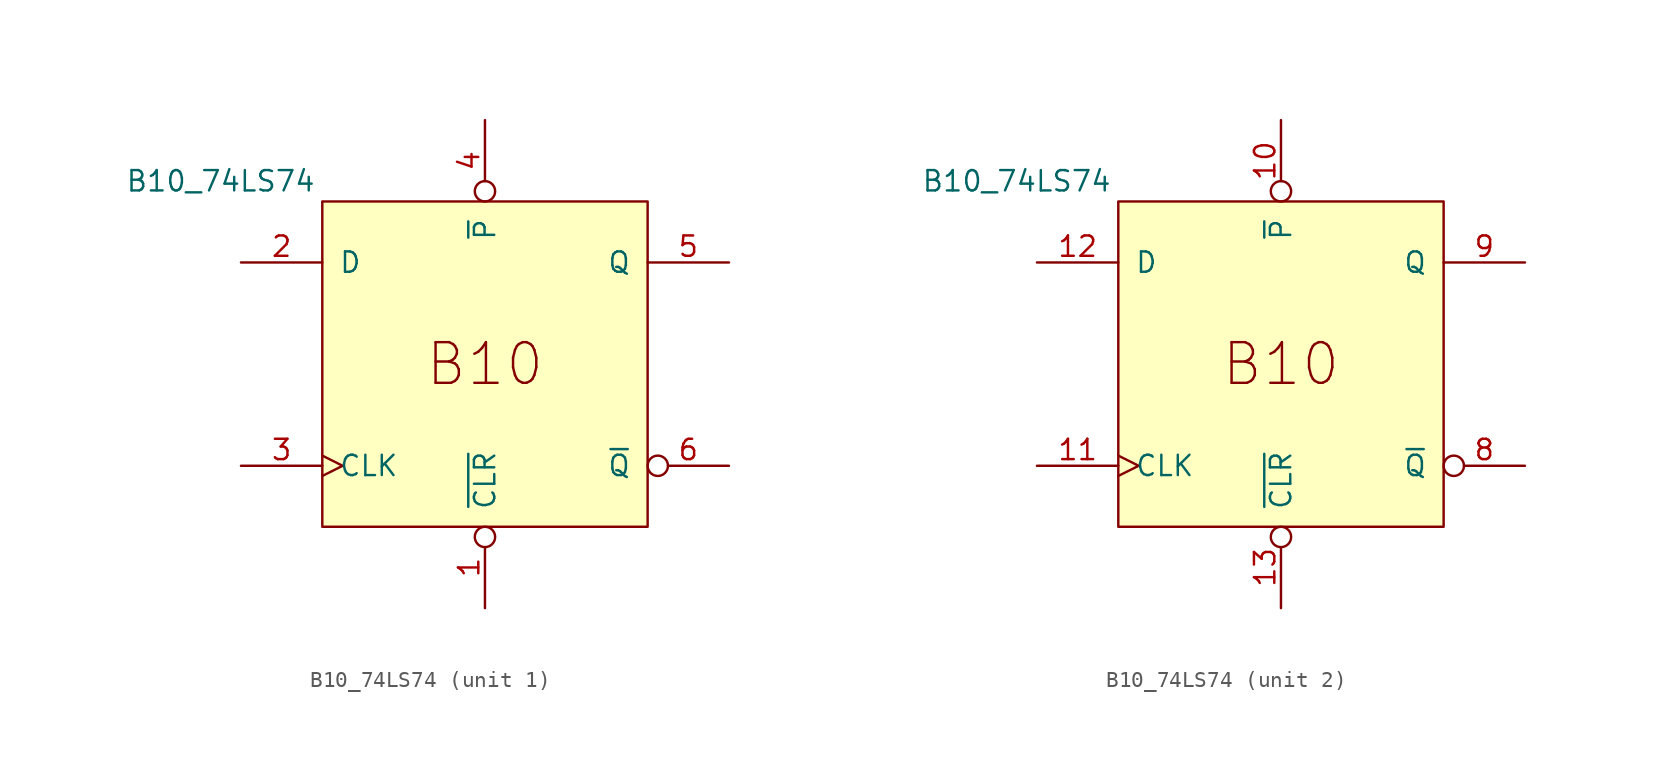
<source format=kicad_sym>
(kicad_symbol_lib
  (version 20211014)
  (generator kicad_symbol_editor)
  (symbol "B10_74LS74"
    (pin_names
      (offset 1.016))
    (property "Reference" "U"
      (at -50.8 22.86 0)
      (effects (font (size 1.27 1.27)) hide))
    (property "Value" "B10_74LS74"
      (at -6.35 1.27 0)
      (effects (font (size 1.27 1.27))))
    (property "ki_locked" ""
      (at 0 0 0)
      (effects (font (size 1.27 1.27))))
    (symbol "B10_74LS74_0_0"
      (text "B10" (at 10.16 -10.16 0) (effects (font (size 2.54 2.54)))))
    (symbol "B10_74LS74_0_1"
      (rectangle (start 0 0) (end 20.32 -20.32) (stroke (width 0) (type default) (color 0 0 0 0)) (fill (type background))))
    (symbol "B10_74LS74_1_0"
      (pin input inverted (at 10.16 -25.4 90) (length 5.08) (name "~{CLR}" (effects (font (size 1.27 1.27)))) (number "1" (effects (font (size 1.27 1.27)))))
      (pin input line (at -5.08 -3.81 0) (length 5.08) (name "D" (effects (font (size 1.27 1.27)))) (number "2" (effects (font (size 1.27 1.27)))))
      (pin input clock (at -5.08 -16.51 0) (length 5.08) (name "CLK" (effects (font (size 1.27 1.27)))) (number "3" (effects (font (size 1.27 1.27)))))
      (pin input inverted (at 10.16 5.08 270) (length 5.08) (name "~{P}" (effects (font (size 1.27 1.27)))) (number "4" (effects (font (size 1.27 1.27)))))
      (pin output line (at 25.4 -3.81 180) (length 5.08) (name "Q" (effects (font (size 1.27 1.27)))) (number "5" (effects (font (size 1.27 1.27)))))
      (pin output inverted (at 25.4 -16.51 180) (length 5.08) (name "~{Q}" (effects (font (size 1.27 1.27)))) (number "6" (effects (font (size 1.27 1.27))))))
    (symbol "B10_74LS74_2_0"
      (pin input inverted (at 10.16 5.08 270) (length 5.08) (name "~{P}" (effects (font (size 1.27 1.27)))) (number "10" (effects (font (size 1.27 1.27)))))
      (pin input clock (at -5.08 -16.51 0) (length 5.08) (name "CLK" (effects (font (size 1.27 1.27)))) (number "11" (effects (font (size 1.27 1.27)))))
      (pin input line (at -5.08 -3.81 0) (length 5.08) (name "D" (effects (font (size 1.27 1.27)))) (number "12" (effects (font (size 1.27 1.27)))))
      (pin input inverted (at 10.16 -25.4 90) (length 5.08) (name "~{CLR}" (effects (font (size 1.27 1.27)))) (number "13" (effects (font (size 1.27 1.27)))))
      (pin output inverted (at 25.4 -16.51 180) (length 5.08) (name "~{Q}" (effects (font (size 1.27 1.27)))) (number "8" (effects (font (size 1.27 1.27)))))
      (pin output line (at 25.4 -3.81 180) (length 5.08) (name "Q" (effects (font (size 1.27 1.27)))) (number "9" (effects (font (size 1.27 1.27))))))))
</source>
